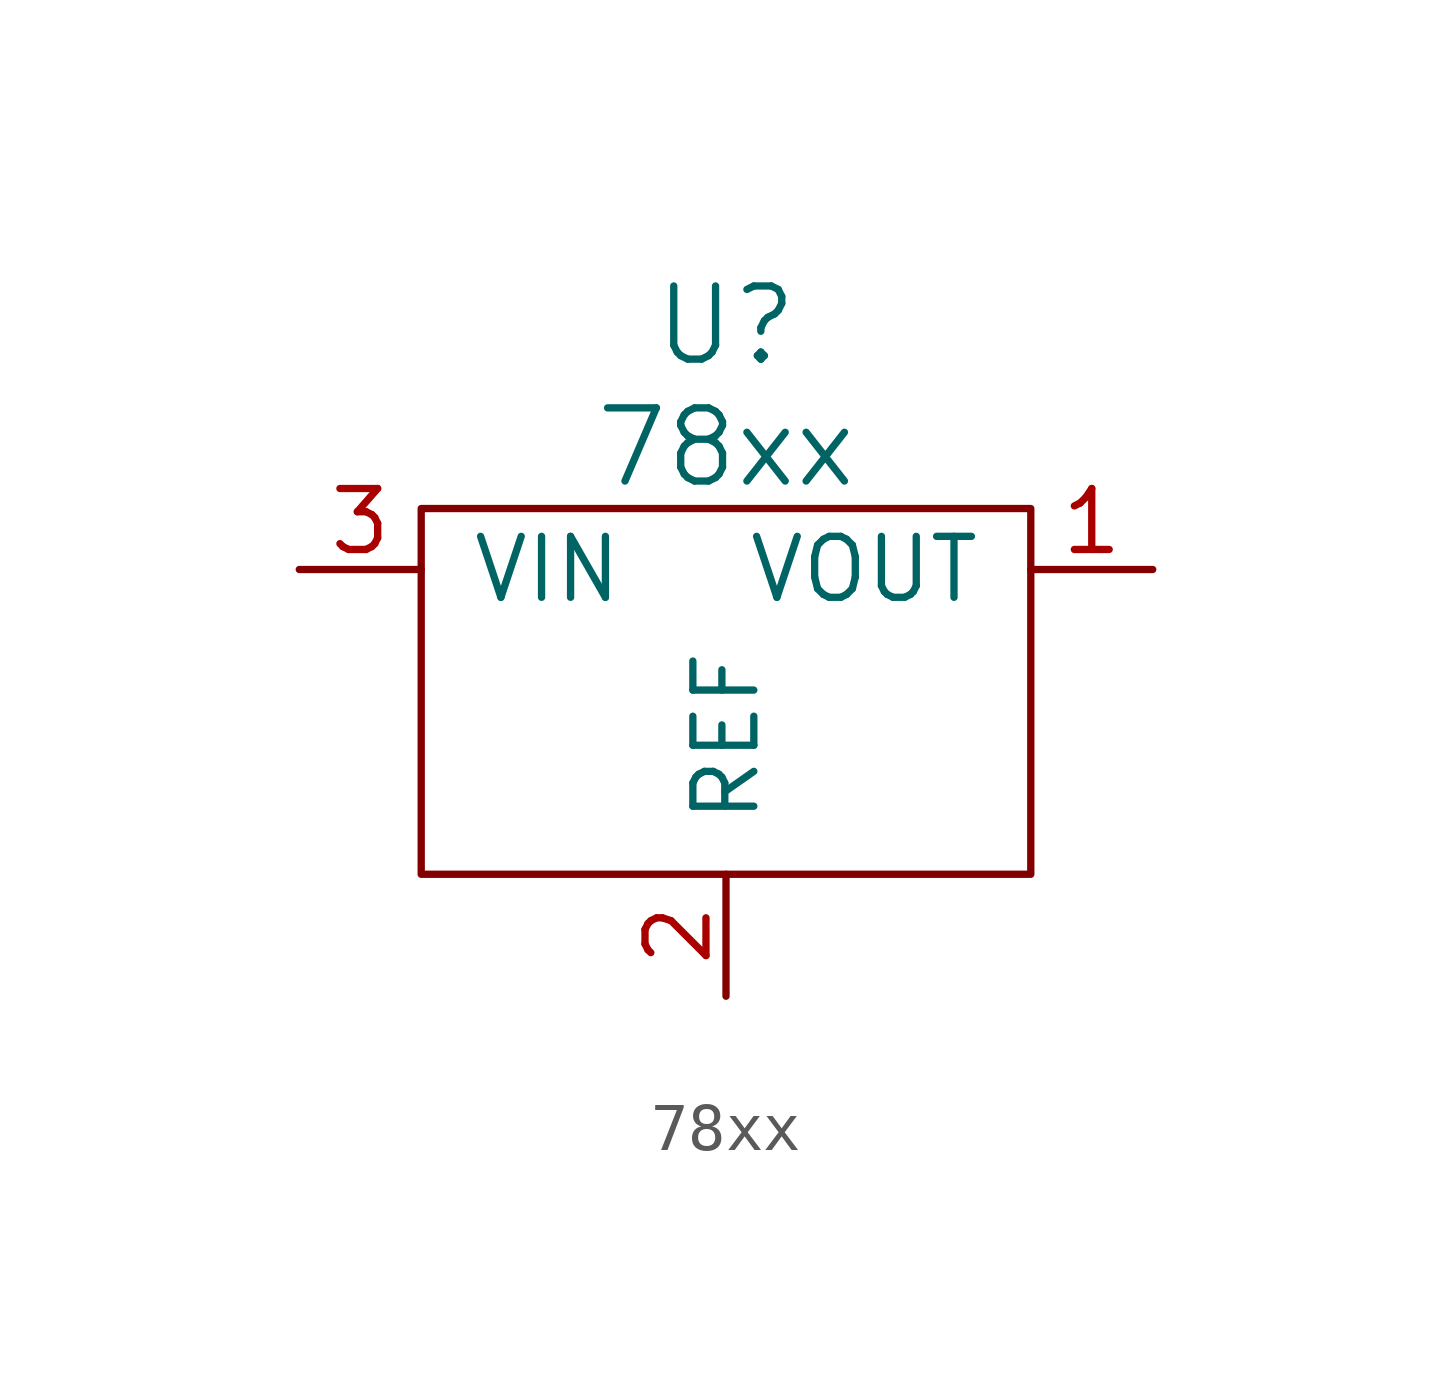
<source format=kicad_sym>
(kicad_symbol_lib
  (version 20220914)
  (generator kicad_symbol_editor)
  (symbol "78xx"
    (pin_names
      (offset 1.016))
    (property "Reference" "U"
      (at 0 5.08 0)
      (effects (font (size 1.524 1.524))))
    (property "Value" "78xx"
      (at 0 2.54 0)
      (effects (font (size 1.524 1.524))))
    (property "Footprint" ""
      (at 0 0 0)
      (effects (font (size 1.524 1.524))))
    (property "Datasheet" ""
      (at 0 0 0)
      (effects (font (size 1.524 1.524))))
    (symbol "78xx_0_1"
      (rectangle (start -6.35 1.27) (end 6.35 -6.35) (stroke (width 0) (type solid)) (fill (type none))))
    (symbol "78xx_1_1"
      (pin input line (at 8.89 0 180) (length 2.54) (name "VOUT" (effects (font (size 1.27 1.27)))) (number "1" (effects (font (size 1.27 1.27)))))
      (pin input line (at 0 -8.89 90) (length 2.54) (name "REF" (effects (font (size 1.27 1.27)))) (number "2" (effects (font (size 1.27 1.27)))))
      (pin input line (at -8.89 0 0) (length 2.54) (name "VIN" (effects (font (size 1.27 1.27)))) (number "3" (effects (font (size 1.27 1.27))))))))
</source>
